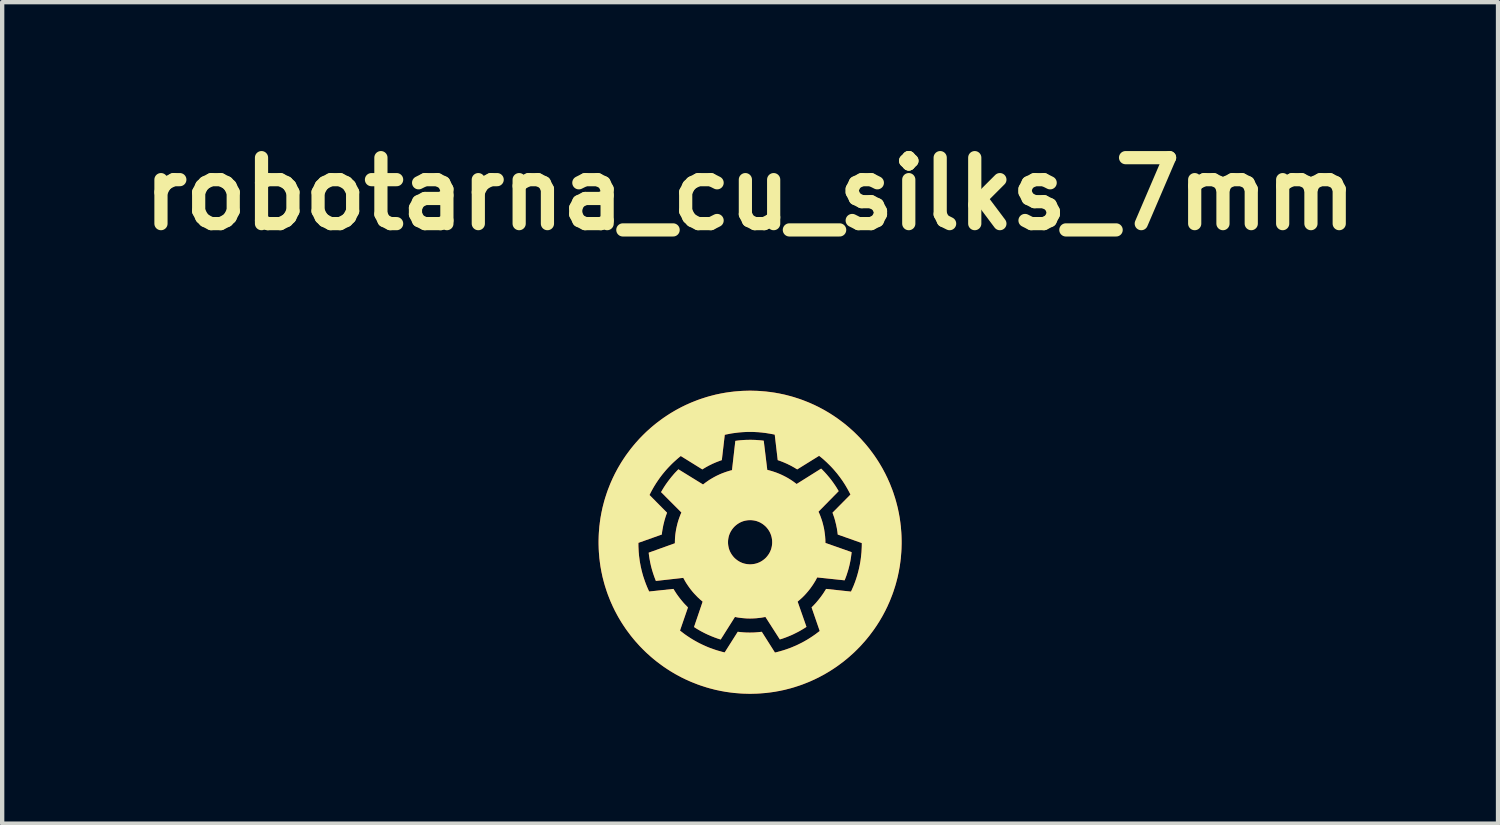
<source format=kicad_pcb>
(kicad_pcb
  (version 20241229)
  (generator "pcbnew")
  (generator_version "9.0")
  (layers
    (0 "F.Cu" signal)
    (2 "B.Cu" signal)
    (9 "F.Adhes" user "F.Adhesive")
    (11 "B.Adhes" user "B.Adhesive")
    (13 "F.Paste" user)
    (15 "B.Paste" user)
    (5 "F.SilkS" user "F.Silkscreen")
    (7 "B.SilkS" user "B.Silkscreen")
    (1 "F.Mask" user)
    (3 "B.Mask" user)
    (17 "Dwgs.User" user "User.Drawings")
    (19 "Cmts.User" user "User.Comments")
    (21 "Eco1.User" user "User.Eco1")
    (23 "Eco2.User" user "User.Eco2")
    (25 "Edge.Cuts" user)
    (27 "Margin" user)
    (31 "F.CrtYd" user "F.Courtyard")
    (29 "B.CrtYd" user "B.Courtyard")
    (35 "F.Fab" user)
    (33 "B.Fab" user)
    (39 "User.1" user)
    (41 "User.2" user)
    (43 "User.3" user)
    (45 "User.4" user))
  (footprint "robotarna_cu_silks_7mm"
    (layer "F.Cu")
    (at 14.275 9.474)
    (property "Reference" "robotarna_cu_silks_7mm" (at 0 -8.048 0) (layer "F.SilkS") (effects (font (size 1.524 1.524) (thickness 0.305))))
    (attr smd)
    (fp_poly (pts (xy -0.000006 0.511) (xy -2.314 0.429) (xy -2.307 0.466) (xy -2.299 0.503) (xy -2.291 0.54) (xy -2.282 0.576) (xy -2.272 0.613) (xy -2.262 0.649) (xy -2.251 0.684) (xy -2.24 0.72) (xy -2.228 0.755) (xy -2.216 0.79) (xy -2.203 0.825) (xy -2.19 0.859) (xy -2.176 0.894) (xy -1.543 0.823) (xy -1.525 0.856) (xy -1.507 0.889) (xy -1.488 0.922) (xy -1.468 0.954) (xy -1.447 0.985) (xy -1.426 1.016) (xy -1.404 1.047) (xy -1.382 1.077) (xy -1.359 1.106) (xy -1.335 1.136) (xy -1.311 1.164) (xy -1.286 1.192) (xy -1.26 1.219) (xy -1.234 1.246) (xy -1.208 1.273) (xy -1.18 1.298) (xy -1.153 1.324) (xy -1.124 1.348) (xy -1.096 1.372) (xy -1.295 1.958) (xy -1.264 1.979) (xy -1.232 1.999) (xy -1.2 2.018) (xy -1.167 2.037) (xy -1.134 2.056) (xy -1.101 2.073) (xy -1.067 2.091) (xy -1.033 2.108) (xy -0.999 2.124) (xy -0.965 2.14) (xy -0.93 2.155) (xy -0.895 2.17) (xy -0.859 2.184) (xy -0.824 2.198) (xy -0.788 2.211) (xy -0.752 2.224) (xy -0.715 2.236) (xy -0.679 2.247) (xy -0.35 1.726) (xy -0.313 1.733) (xy -0.275 1.74) (xy -0.236 1.745) (xy -0.198 1.75) (xy -0.159 1.754) (xy -0.12 1.757) (xy -0.081 1.76) (xy -0.041 1.761) (xy -0.001 1.762) (xy 0.035 1.761) (xy 0.071 1.76) (xy 0.108 1.758) (xy 0.143 1.756) (xy 0.179 1.752) (xy 0.215 1.748) (xy 0.25 1.744) (xy 0.285 1.738) (xy 0.32 1.732) (xy 0.354 1.726) (xy 0.687 2.245) (xy 0.723 2.234) (xy 0.76 2.222) (xy 0.796 2.209) (xy 0.832 2.196) (xy 0.867 2.182) (xy 0.902 2.168) (xy 0.937 2.153) (xy 0.972 2.138) (xy 1.006 2.122) (xy 1.04 2.105) (xy 1.074 2.088) (xy 1.108 2.071) (xy 1.141 2.053) (xy 1.174 2.034) (xy 1.206 2.015) (xy 1.238 1.996) (xy 1.27 1.976) (xy 1.302 1.955) (xy 1.098 1.372) (xy 1.127 1.347) (xy 1.156 1.322) (xy 1.184 1.297) (xy 1.212 1.271) (xy 1.239 1.244) (xy 1.265 1.217) (xy 1.291 1.189) (xy 1.316 1.16) (xy 1.341 1.131) (xy 1.364 1.102) (xy 1.388 1.072) (xy 1.41 1.041) (xy 1.432 1.01) (xy 1.454 0.978) (xy 1.474 0.946) (xy 1.494 0.914) (xy 1.514 0.881) (xy 1.532 0.847) (xy 1.55 0.813) (xy 2.183 0.88) (xy 2.197 0.845) (xy 2.21 0.811) (xy 2.223 0.776) (xy 2.235 0.741) (xy 2.246 0.706) (xy 2.257 0.671) (xy 2.268 0.635) (xy 2.278 0.599) (xy 2.287 0.563) (xy 2.296 0.527) (xy 2.304 0.49) (xy 2.312 0.453) (xy 2.319 0.416) (xy 2.325 0.379) (xy 2.331 0.342) (xy 2.336 0.304) (xy 2.341 0.266) (xy 2.345 0.229) (xy 1.74 0.016) (xy 1.739 -0.025) (xy 1.738 -0.065) (xy 1.735 -0.105) (xy 1.732 -0.145) (xy 1.727 -0.184) (xy 1.722 -0.224) (xy 1.716 -0.263) (xy 1.71 -0.302) (xy 1.702 -0.34) (xy 1.693 -0.378) (xy 1.684 -0.416) (xy 1.674 -0.453) (xy 1.663 -0.491) (xy 1.651 -0.527) (xy 1.638 -0.564) (xy 1.625 -0.6) (xy 1.611 -0.636) (xy 1.596 -0.671) (xy 1.58 -0.706) (xy 2.046 -1.18) (xy 2.027 -1.213) (xy 2.006 -1.247) (xy 1.986 -1.28) (xy 1.964 -1.313) (xy 1.942 -1.345) (xy 1.92 -1.377) (xy 1.897 -1.408) (xy 1.874 -1.44) (xy 1.85 -1.47) (xy 1.825 -1.501) (xy 1.8 -1.53) (xy 1.775 -1.56) (xy 1.749 -1.589) (xy 1.723 -1.618) (xy 1.696 -1.646) (xy 1.669 -1.674) (xy 1.641 -1.701) (xy 1.074 -1.345) (xy 1.045 -1.368) (xy 1.014 -1.39) (xy 0.984 -1.412) (xy 0.953 -1.433) (xy 0.921 -1.453) (xy 0.889 -1.473) (xy 0.856 -1.492) (xy 0.823 -1.51) (xy 0.79 -1.527) (xy 0.756 -1.544) (xy 0.722 -1.56) (xy 0.687 -1.576) (xy 0.652 -1.59) (xy 0.617 -1.604) (xy 0.581 -1.617) (xy 0.545 -1.629) (xy 0.508 -1.641) (xy 0.471 -1.652) (xy 0.434 -1.662) (xy 0.397 -1.671) (xy 0.315 -2.345) (xy 0.277 -2.35) (xy 0.238 -2.354) (xy 0.2 -2.357) (xy 0.161 -2.36) (xy 0.122 -2.363) (xy 0.083 -2.364) (xy 0.044 -2.365) (xy 0.004 -2.366) (xy -0.035 -2.365) (xy -0.074 -2.365) (xy -0.113 -2.363) (xy -0.151 -2.361) (xy -0.189 -2.358) (xy -0.228 -2.355) (xy -0.266 -2.351) (xy -0.304 -2.346) (xy -0.341 -2.341) (xy -0.418 -1.665) (xy -0.455 -1.656) (xy -0.492 -1.645) (xy -0.528 -1.634) (xy -0.564 -1.622) (xy -0.6 -1.609) (xy -0.635 -1.596) (xy -0.67 -1.582) (xy -0.705 -1.567) (xy -0.739 -1.551) (xy -0.773 -1.535) (xy -0.806 -1.518) (xy -0.839 -1.5) (xy -0.872 -1.481) (xy -0.904 -1.462) (xy -0.936 -1.443) (xy -0.967 -1.422) (xy -0.997 -1.401) (xy -1.028 -1.379) (xy -1.057 -1.357) (xy -1.087 -1.334) (xy -1.656 -1.685) (xy -1.683 -1.657) (xy -1.71 -1.629) (xy -1.737 -1.601) (xy -1.763 -1.572) (xy -1.788 -1.542) (xy -1.814 -1.512) (xy -1.838 -1.482) (xy -1.862 -1.451) (xy -1.886 -1.42) (xy -1.909 -1.389) (xy -1.932 -1.357) (xy -1.954 -1.325) (xy -1.976 -1.292) (xy -1.997 -1.259) (xy -2.017 -1.226) (xy -2.037 -1.192) (xy -2.057 -1.158) (xy -1.587 -0.687) (xy -1.602 -0.653) (xy -1.616 -0.618) (xy -1.629 -0.583) (xy -1.642 -0.548) (xy -1.654 -0.512) (xy -1.665 -0.476) (xy -1.676 -0.439) (xy -1.685 -0.402) (xy -1.694 -0.365) (xy -1.702 -0.328) (xy -1.71 -0.29) (xy -1.716 -0.252) (xy -1.722 -0.214) (xy -1.727 -0.176) (xy -1.731 -0.137) (xy -1.734 -0.098) (xy -1.736 -0.059) (xy -1.737 -0.019) (xy -1.738 0.02) (xy -1.738 0.024) (xy -2.342 0.241) (xy -2.338 0.279) (xy -2.333 0.317) (xy -2.327 0.355) (xy -2.321 0.392) (xy -2.314 0.429) (xy -0.000006 0.511) (xy -0.036 0.509) (xy -0.072 0.505) (xy -0.107 0.499) (xy -0.141 0.491) (xy -0.175 0.48) (xy -0.207 0.467) (xy -0.238 0.452) (xy -0.267 0.435) (xy -0.296 0.416) (xy -0.323 0.395) (xy -0.349 0.373) (xy -0.373 0.349) (xy -0.395 0.323) (xy -0.416 0.296) (xy -0.435 0.267) (xy -0.452 0.238) (xy -0.467 0.207) (xy -0.48 0.175) (xy -0.491 0.141) (xy -0.499 0.107) (xy -0.505 0.072) (xy -0.509 0.036) (xy -0.51 0.000012) (xy -0.509 -0.036) (xy -0.505 -0.072) (xy -0.499 -0.107) (xy -0.491 -0.141) (xy -0.48 -0.174) (xy -0.467 -0.207) (xy -0.452 -0.238) (xy -0.435 -0.267) (xy -0.416 -0.296) (xy -0.395 -0.323) (xy -0.373 -0.349) (xy -0.349 -0.373) (xy -0.323 -0.395) (xy -0.296 -0.416) (xy -0.267 -0.435) (xy -0.238 -0.452) (xy -0.207 -0.467) (xy -0.175 -0.48) (xy -0.141 -0.491) (xy -0.107 -0.499) (xy -0.072 -0.505) (xy -0.036 -0.509) (xy -0.000006 -0.51) (xy 0.036 -0.509) (xy 0.072 -0.505) (xy 0.107 -0.499) (xy 0.141 -0.491) (xy 0.174 -0.48) (xy 0.207 -0.467) (xy 0.238 -0.452) (xy 0.267 -0.435) (xy 0.296 -0.416) (xy 0.323 -0.395) (xy 0.349 -0.373) (xy 0.373 -0.349) (xy 0.395 -0.323) (xy 0.416 -0.296) (xy 0.435 -0.267) (xy 0.452 -0.238) (xy 0.467 -0.207) (xy 0.48 -0.174) (xy 0.491 -0.141) (xy 0.499 -0.107) (xy 0.505 -0.072) (xy 0.509 -0.036) (xy 0.51 0.000012) (xy 0.509 0.036) (xy 0.505 0.072) (xy 0.499 0.107) (xy 0.491 0.141) (xy 0.48 0.175) (xy 0.467 0.207) (xy 0.452 0.238) (xy 0.435 0.267) (xy 0.416 0.296) (xy 0.395 0.323) (xy 0.373 0.349) (xy 0.349 0.373) (xy 0.323 0.395) (xy 0.296 0.416) (xy 0.267 0.435) (xy 0.238 0.452) (xy 0.207 0.467) (xy 0.174 0.48) (xy 0.141 0.491) (xy 0.107 0.499) (xy 0.072 0.505) (xy 0.036 0.509) (xy -0.000006 0.511)) (stroke (width 0) (type solid)) (fill yes) (layer "F.Cu"))
    (fp_poly (pts (xy 2.33 1.14) (xy 0.517 3.462) (xy 0.553 3.457) (xy 0.589 3.451) (xy 0.625 3.444) (xy 0.661 3.438) (xy 0.696 3.431) (xy 0.732 3.423) (xy 0.767 3.416) (xy 0.803 3.408) (xy 0.838 3.399) (xy 0.873 3.39) (xy 0.907 3.381) (xy 0.942 3.372) (xy 0.976 3.362) (xy 1.011 3.352) (xy 1.045 3.341) (xy 1.079 3.33) (xy 1.113 3.319) (xy 1.147 3.308) (xy 1.18 3.296) (xy 1.214 3.284) (xy 1.247 3.271) (xy 1.28 3.258) (xy 1.313 3.245) (xy 1.346 3.232) (xy 1.379 3.218) (xy 1.411 3.204) (xy 1.443 3.189) (xy 1.476 3.175) (xy 1.507 3.16) (xy 1.539 3.144) (xy 1.571 3.129) (xy 1.602 3.113) (xy 1.633 3.096) (xy 1.664 3.08) (xy 1.695 3.063) (xy 1.726 3.046) (xy 1.756 3.028) (xy 1.787 3.01) (xy 1.817 2.992) (xy 1.847 2.974) (xy 1.876 2.955) (xy 1.906 2.936) (xy 1.935 2.917) (xy 1.964 2.897) (xy 1.993 2.878) (xy 2.022 2.857) (xy 2.05 2.837) (xy 2.078 2.816) (xy 2.106 2.795) (xy 2.134 2.774) (xy 2.162 2.753) (xy 2.189 2.731) (xy 2.216 2.709) (xy 2.243 2.687) (xy 2.27 2.664) (xy 2.296 2.642) (xy 2.322 2.618) (xy 2.348 2.595) (xy 2.374 2.572) (xy 2.4 2.548) (xy 2.425 2.524) (xy 2.45 2.499) (xy 2.475 2.475) (xy 2.499 2.45) (xy 2.524 2.425) (xy 2.548 2.4) (xy 2.572 2.374) (xy 2.595 2.348) (xy 2.618 2.322) (xy 2.642 2.296) (xy 2.664 2.27) (xy 2.687 2.243) (xy 2.709 2.216) (xy 2.731 2.189) (xy 2.753 2.162) (xy 2.774 2.134) (xy 2.795 2.106) (xy 2.816 2.078) (xy 2.837 2.05) (xy 2.857 2.022) (xy 2.878 1.993) (xy 2.897 1.964) (xy 2.917 1.935) (xy 2.936 1.906) (xy 2.955 1.876) (xy 2.974 1.847) (xy 2.992 1.817) (xy 3.01 1.787) (xy 3.028 1.756) (xy 3.046 1.726) (xy 3.063 1.695) (xy 3.08 1.664) (xy 3.096 1.633) (xy 3.113 1.602) (xy 3.129 1.571) (xy 3.144 1.539) (xy 3.16 1.507) (xy 3.175 1.476) (xy 3.189 1.443) (xy 3.204 1.411) (xy 3.218 1.379) (xy 3.232 1.346) (xy 3.245 1.313) (xy 3.258 1.28) (xy 3.271 1.247) (xy 3.284 1.214) (xy 3.296 1.18) (xy 3.308 1.147) (xy 3.319 1.113) (xy 3.33 1.079) (xy 3.341 1.045) (xy 3.352 1.011) (xy 3.362 0.976) (xy 3.372 0.942) (xy 3.381 0.907) (xy 3.39 0.873) (xy 3.399 0.838) (xy 3.408 0.803) (xy 3.416 0.767) (xy 3.423 0.732) (xy 3.431 0.696) (xy 3.438 0.661) (xy 3.444 0.625) (xy 3.451 0.589) (xy 3.457 0.553) (xy 3.462 0.517) (xy 3.467 0.481) (xy 3.472 0.445) (xy 3.476 0.408) (xy 3.481 0.372) (xy 3.484 0.335) (xy 3.487 0.298) (xy 3.49 0.261) (xy 3.493 0.224) (xy 3.495 0.187) (xy 3.497 0.15) (xy 3.498 0.113) (xy 3.499 0.075) (xy 3.5 0.038) (xy 3.5 0.00001) (xy 3.5 -0.038) (xy 3.499 -0.075) (xy 3.498 -0.113) (xy 3.497 -0.15) (xy 3.495 -0.187) (xy 3.493 -0.224) (xy 3.49 -0.261) (xy 3.487 -0.298) (xy 3.484 -0.335) (xy 3.481 -0.372) (xy 3.476 -0.408) (xy 3.472 -0.445) (xy 3.467 -0.481) (xy 3.462 -0.517) (xy 3.457 -0.553) (xy 3.451 -0.589) (xy 3.444 -0.625) (xy 3.438 -0.661) (xy 3.431 -0.696) (xy 3.423 -0.732) (xy 3.416 -0.767) (xy 3.408 -0.803) (xy 3.399 -0.838) (xy 3.39 -0.873) (xy 3.381 -0.907) (xy 3.372 -0.942) (xy 3.362 -0.976) (xy 3.352 -1.011) (xy 3.341 -1.045) (xy 3.33 -1.079) (xy 3.319 -1.113) (xy 3.308 -1.147) (xy 3.296 -1.18) (xy 3.284 -1.214) (xy 3.271 -1.247) (xy 3.258 -1.28) (xy 3.245 -1.313) (xy 3.232 -1.346) (xy 3.218 -1.379) (xy 3.204 -1.411) (xy 3.189 -1.443) (xy 3.175 -1.476) (xy 3.16 -1.507) (xy 3.144 -1.539) (xy 3.129 -1.571) (xy 3.113 -1.602) (xy 3.096 -1.633) (xy 3.08 -1.664) (xy 3.063 -1.695) (xy 3.046 -1.726) (xy 3.028 -1.756) (xy 3.01 -1.787) (xy 2.992 -1.817) (xy 2.974 -1.847) (xy 2.955 -1.876) (xy 2.936 -1.906) (xy 2.917 -1.935) (xy 2.897 -1.964) (xy 2.878 -1.993) (xy 2.857 -2.022) (xy 2.837 -2.05) (xy 2.816 -2.078) (xy 2.795 -2.106) (xy 2.774 -2.134) (xy 2.753 -2.162) (xy 2.731 -2.189) (xy 2.709 -2.216) (xy 2.687 -2.243) (xy 2.664 -2.27) (xy 2.642 -2.296) (xy 2.618 -2.322) (xy 2.595 -2.348) (xy 2.572 -2.374) (xy 2.548 -2.4) (xy 2.524 -2.425) (xy 2.499 -2.45) (xy 2.475 -2.475) (xy 2.45 -2.499) (xy 2.425 -2.524) (xy 2.4 -2.548) (xy 2.374 -2.572) (xy 2.348 -2.595) (xy 2.322 -2.618) (xy 2.296 -2.642) (xy 2.27 -2.664) (xy 2.243 -2.687) (xy 2.216 -2.709) (xy 2.189 -2.731) (xy 2.162 -2.753) (xy 2.134 -2.774) (xy 2.106 -2.795) (xy 2.078 -2.816) (xy 2.05 -2.837) (xy 2.022 -2.857) (xy 1.993 -2.878) (xy 1.964 -2.897) (xy 1.935 -2.917) (xy 1.906 -2.936) (xy 1.876 -2.955) (xy 1.847 -2.974) (xy 1.817 -2.992) (xy 1.787 -3.01) (xy 1.756 -3.028) (xy 1.726 -3.046) (xy 1.695 -3.063) (xy 1.664 -3.08) (xy 1.633 -3.096) (xy 1.602 -3.113) (xy 1.571 -3.129) (xy 1.539 -3.144) (xy 1.507 -3.16) (xy 1.476 -3.175) (xy 1.443 -3.189) (xy 1.411 -3.204) (xy 1.379 -3.218) (xy 1.346 -3.232) (xy 1.313 -3.245) (xy 1.28 -3.258) (xy 1.247 -3.271) (xy 1.214 -3.284) (xy 1.18 -3.296) (xy 1.147 -3.308) (xy 1.113 -3.319) (xy 1.079 -3.33) (xy 1.045 -3.341) (xy 1.011 -3.352) (xy 0.976 -3.362) (xy 0.942 -3.372) (xy 0.907 -3.381) (xy 0.873 -3.39) (xy 0.838 -3.399) (xy 0.803 -3.408) (xy 0.767 -3.416) (xy 0.732 -3.423) (xy 0.696 -3.431) (xy 0.661 -3.438) (xy 0.625 -3.444) (xy 0.589 -3.451) (xy 0.553 -3.457) (xy 0.517 -3.462) (xy 0.481 -3.467) (xy 0.445 -3.472) (xy 0.408 -3.476) (xy 0.372 -3.481) (xy 0.335 -3.484) (xy 0.298 -3.487) (xy 0.261 -3.49) (xy 0.224 -3.493) (xy 0.187 -3.495) (xy 0.15 -3.497) (xy 0.113 -3.498) (xy 0.075 -3.499) (xy 0.038 -3.5) (xy -0.00001 -3.5) (xy -0.038 -3.5) (xy -0.075 -3.499) (xy -0.113 -3.498) (xy -0.15 -3.497) (xy -0.187 -3.495) (xy -0.224 -3.493) (xy -0.261 -3.49) (xy -0.298 -3.487) (xy -0.335 -3.484) (xy -0.372 -3.481) (xy -0.408 -3.476) (xy -0.445 -3.472) (xy -0.481 -3.467) (xy -0.517 -3.462) (xy -0.553 -3.457) (xy -0.589 -3.451) (xy -0.625 -3.444) (xy -0.661 -3.438) (xy -0.696 -3.431) (xy -0.732 -3.423) (xy -0.767 -3.416) (xy -0.803 -3.408) (xy -0.838 -3.399) (xy -0.873 -3.39) (xy -0.907 -3.381) (xy -0.942 -3.372) (xy -0.976 -3.362) (xy -1.011 -3.352) (xy -1.045 -3.341) (xy -1.079 -3.33) (xy -1.113 -3.319) (xy -1.147 -3.308) (xy -1.18 -3.296) (xy -1.214 -3.284) (xy -1.247 -3.271) (xy -1.28 -3.258) (xy -1.313 -3.245) (xy -1.346 -3.232) (xy -1.379 -3.218) (xy -1.411 -3.204) (xy -1.443 -3.189) (xy -1.476 -3.175) (xy -1.507 -3.16) (xy -1.539 -3.144) (xy -1.571 -3.129) (xy -1.602 -3.113) (xy -1.633 -3.096) (xy -1.664 -3.08) (xy -1.695 -3.063) (xy -1.726 -3.046) (xy -1.756 -3.028) (xy -1.787 -3.01) (xy -1.817 -2.992) (xy -1.847 -2.974) (xy -1.876 -2.955) (xy -1.906 -2.936) (xy -1.935 -2.917) (xy -1.964 -2.897) (xy -1.993 -2.878) (xy -2.022 -2.857) (xy -2.05 -2.837) (xy -2.078 -2.816) (xy -2.106 -2.795) (xy -2.134 -2.774) (xy -2.162 -2.753) (xy -2.189 -2.731) (xy -2.216 -2.709) (xy -2.243 -2.687) (xy -2.27 -2.664) (xy -2.296 -2.642) (xy -2.322 -2.618) (xy -2.348 -2.595) (xy -2.374 -2.572) (xy -2.4 -2.548) (xy -2.425 -2.524) (xy -2.45 -2.499) (xy -2.475 -2.475) (xy -2.499 -2.45) (xy -2.524 -2.425) (xy -2.548 -2.4) (xy -2.572 -2.374) (xy -2.595 -2.348) (xy -2.618 -2.322) (xy -2.642 -2.296) (xy -2.664 -2.27) (xy -2.687 -2.243) (xy -2.709 -2.216) (xy -2.731 -2.189) (xy -2.753 -2.162) (xy -2.774 -2.134) (xy -2.795 -2.106) (xy -2.816 -2.078) (xy -2.837 -2.05) (xy -2.857 -2.022) (xy -2.878 -1.993) (xy -2.897 -1.964) (xy -2.917 -1.935) (xy -2.936 -1.906) (xy -2.955 -1.876) (xy -2.974 -1.847) (xy -2.992 -1.817) (xy -3.01 -1.787) (xy -3.028 -1.756) (xy -3.046 -1.726) (xy -3.063 -1.695) (xy -3.08 -1.664) (xy -3.096 -1.633) (xy -3.113 -1.602) (xy -3.129 -1.571) (xy -3.144 -1.539) (xy -3.16 -1.507) (xy -3.175 -1.476) (xy -3.189 -1.443) (xy -3.204 -1.411) (xy -3.218 -1.379) (xy -3.232 -1.346) (xy -3.245 -1.313) (xy -3.258 -1.28) (xy -3.271 -1.247) (xy -3.284 -1.214) (xy -3.296 -1.18) (xy -3.308 -1.147) (xy -3.319 -1.113) (xy -3.33 -1.079) (xy -3.341 -1.045) (xy -3.352 -1.011) (xy -3.362 -0.976) (xy -3.372 -0.942) (xy -3.381 -0.907) (xy -3.39 -0.873) (xy -3.399 -0.838) (xy -3.408 -0.803) (xy -3.416 -0.767) (xy -3.423 -0.732) (xy -3.431 -0.696) (xy -3.438 -0.661) (xy -3.444 -0.625) (xy -3.451 -0.589) (xy -3.457 -0.553) (xy -3.462 -0.517) (xy -3.467 -0.481) (xy -3.472 -0.445) (xy -3.476 -0.408) (xy -3.481 -0.372) (xy -3.484 -0.335) (xy -3.487 -0.298) (xy -3.49 -0.261) (xy -3.493 -0.224) (xy -3.495 -0.187) (xy -3.497 -0.15) (xy -3.498 -0.113) (xy -3.499 -0.075) (xy -3.5 -0.038) (xy -3.5 0.00001) (xy -3.5 0.038) (xy -3.499 0.075) (xy -3.498 0.113) (xy -3.497 0.15) (xy -3.495 0.187) (xy -3.493 0.224) (xy -3.49 0.261) (xy -3.487 0.298) (xy -3.484 0.335) (xy -3.481 0.372) (xy -3.476 0.408) (xy -3.472 0.445) (xy -3.467 0.481) (xy -3.462 0.517) (xy -3.457 0.553) (xy -3.451 0.589) (xy -3.444 0.625) (xy -3.438 0.661) (xy -3.431 0.696) (xy -3.423 0.732) (xy -3.416 0.767) (xy -3.408 0.803) (xy -3.399 0.838) (xy -3.39 0.873) (xy -3.381 0.907) (xy -3.372 0.942) (xy -3.362 0.976) (xy -3.352 1.011) (xy -3.341 1.045) (xy -3.33 1.079) (xy -3.319 1.113) (xy -3.308 1.147) (xy -3.296 1.18) (xy -3.284 1.214) (xy -3.271 1.247) (xy -3.258 1.28) (xy -3.245 1.313) (xy -3.232 1.346) (xy -3.218 1.379) (xy -3.204 1.411) (xy -3.189 1.443) (xy -3.175 1.476) (xy -3.16 1.507) (xy -3.144 1.539) (xy -3.129 1.571) (xy -3.113 1.602) (xy -3.096 1.633) (xy -3.08 1.664) (xy -3.063 1.695) (xy -3.046 1.726) (xy -3.028 1.756) (xy -3.01 1.787) (xy -2.992 1.817) (xy -2.974 1.847) (xy -2.955 1.876) (xy -2.936 1.906) (xy -2.917 1.935) (xy -2.897 1.964) (xy -2.878 1.993) (xy -2.857 2.022) (xy -2.837 2.05) (xy -2.816 2.078) (xy -2.795 2.106) (xy -2.774 2.134) (xy -2.753 2.162) (xy -2.731 2.189) (xy -2.709 2.216) (xy -2.687 2.243) (xy -2.664 2.27) (xy -2.642 2.296) (xy -2.618 2.322) (xy -2.595 2.348) (xy -2.572 2.374) (xy -2.548 2.4) (xy -2.524 2.425) (xy -2.499 2.45) (xy -2.475 2.475) (xy -2.45 2.499) (xy -2.425 2.524) (xy -2.4 2.548) (xy -2.374 2.572) (xy -2.348 2.595) (xy -2.322 2.618) (xy -2.296 2.642) (xy -2.27 2.664) (xy -2.243 2.687) (xy -2.216 2.709) (xy -2.189 2.731) (xy -2.162 2.753) (xy -2.134 2.774) (xy -2.106 2.795) (xy -2.078 2.816) (xy -2.05 2.837) (xy -2.022 2.857) (xy -1.993 2.878) (xy -1.964 2.897) (xy -1.935 2.917) (xy -1.906 2.936) (xy -1.876 2.955) (xy -1.847 2.974) (xy -1.817 2.992) (xy -1.787 3.01) (xy -1.756 3.028) (xy -1.726 3.046) (xy -1.695 3.063) (xy -1.664 3.08) (xy -1.633 3.096) (xy -1.602 3.113) (xy -1.571 3.129) (xy -1.539 3.144) (xy -1.507 3.16) (xy -1.476 3.175) (xy -1.443 3.189) (xy -1.411 3.204) (xy -1.379 3.218) (xy -1.346 3.232) (xy -1.313 3.245) (xy -1.28 3.258) (xy -1.247 3.271) (xy -1.214 3.284) (xy -1.18 3.296) (xy -1.147 3.308) (xy -1.113 3.319) (xy -1.079 3.33) (xy -1.045 3.341) (xy -1.011 3.352) (xy -0.976 3.362) (xy -0.942 3.372) (xy -0.907 3.381) (xy -0.873 3.39) (xy -0.838 3.399) (xy -0.803 3.408) (xy -0.767 3.416) (xy -0.732 3.423) (xy -0.696 3.431) (xy -0.661 3.438) (xy -0.625 3.444) (xy -0.589 3.451) (xy -0.553 3.457) (xy -0.517 3.462) (xy -0.481 3.467) (xy -0.445 3.472) (xy -0.408 3.476) (xy -0.372 3.481) (xy -0.335 3.484) (xy -0.298 3.487) (xy -0.261 3.49) (xy -0.224 3.493) (xy -0.187 3.495) (xy -0.15 3.497) (xy -0.113 3.498) (xy -0.075 3.499) (xy -0.038 3.5) (xy -0.00001 3.5) (xy 0.038 3.5) (xy 0.075 3.499) (xy 0.113 3.498) (xy 0.15 3.497) (xy 0.187 3.495) (xy 0.224 3.493) (xy 0.261 3.49) (xy 0.298 3.487) (xy 0.335 3.484) (xy 0.372 3.481) (xy 0.408 3.476) (xy 0.445 3.472) (xy 0.481 3.467) (xy 0.517 3.462) (xy 2.33 1.14) (xy 1.755 1.078) (xy 1.735 1.111) (xy 1.714 1.144) (xy 1.693 1.177) (xy 1.671 1.209) (xy 1.648 1.241) (xy 1.625 1.272) (xy 1.601 1.303) (xy 1.577 1.333) (xy 1.552 1.363) (xy 1.527 1.393) (xy 1.501 1.422) (xy 1.474 1.45) (xy 1.447 1.478) (xy 1.42 1.505) (xy 1.608 2.05) (xy 1.578 2.073) (xy 1.547 2.096) (xy 1.517 2.119) (xy 1.486 2.141) (xy 1.454 2.163) (xy 1.423 2.184) (xy 1.391 2.205) (xy 1.358 2.226) (xy 1.326 2.246) (xy 1.293 2.265) (xy 1.26 2.284) (xy 1.226 2.303) (xy 1.192 2.321) (xy 1.158 2.338) (xy 1.123 2.355) (xy 1.089 2.372) (xy 1.054 2.388) (xy 1.018 2.403) (xy 0.983 2.418) (xy 0.947 2.433) (xy 0.911 2.447) (xy 0.874 2.46) (xy 0.838 2.473) (xy 0.801 2.485) (xy 0.764 2.497) (xy 0.726 2.508) (xy 0.689 2.519) (xy 0.651 2.529) (xy 0.613 2.539) (xy 0.574 2.548) (xy 0.27 2.068) (xy 0.236 2.072) (xy 0.201 2.076) (xy 0.167 2.079) (xy 0.132 2.082) (xy 0.098 2.084) (xy 0.063 2.086) (xy 0.028 2.086) (xy -0.007 2.087) (xy -0.043 2.086) (xy -0.078 2.086) (xy -0.113 2.084) (xy -0.147 2.082) (xy -0.182 2.079) (xy -0.216 2.076) (xy -0.251 2.072) (xy -0.285 2.068) (xy -0.587 2.545) (xy -0.626 2.536) (xy -0.664 2.526) (xy -0.702 2.515) (xy -0.739 2.505) (xy -0.777 2.493) (xy -0.814 2.481) (xy -0.851 2.468) (xy -0.887 2.455) (xy -0.924 2.442) (xy -0.96 2.428) (xy -0.996 2.413) (xy -1.031 2.398) (xy -1.066 2.382) (xy -1.101 2.366) (xy -1.136 2.349) (xy -1.171 2.332) (xy -1.205 2.314) (xy -1.238 2.296) (xy -1.272 2.277) (xy -1.305 2.258) (xy -1.338 2.238) (xy -1.371 2.218) (xy -1.403 2.197) (xy -1.435 2.176) (xy -1.466 2.155) (xy -1.498 2.133) (xy -1.529 2.11) (xy -1.559 2.087) (xy -1.589 2.064) (xy -1.619 2.04) (xy -1.435 1.505) (xy -1.462 1.478) (xy -1.489 1.45) (xy -1.516 1.422) (xy -1.542 1.393) (xy -1.567 1.363) (xy -1.592 1.333) (xy -1.616 1.303) (xy -1.64 1.272) (xy -1.663 1.241) (xy -1.686 1.209) (xy -1.708 1.177) (xy -1.729 1.144) (xy -1.75 1.111) (xy -1.77 1.078) (xy -2.331 1.138) (xy -2.347 1.105) (xy -2.362 1.071) (xy -2.377 1.037) (xy -2.391 1.002) (xy -2.405 0.968) (xy -2.418 0.933) (xy -2.431 0.897) (xy -2.443 0.862) (xy -2.455 0.826) (xy -2.467 0.791) (xy -2.477 0.755) (xy -2.488 0.718) (xy -2.497 0.682) (xy -2.507 0.645) (xy -2.515 0.608) (xy -2.524 0.571) (xy -2.531 0.534) (xy -2.538 0.496) (xy -2.545 0.458) (xy -2.551 0.42) (xy -2.556 0.382) (xy -2.561 0.344) (xy -2.566 0.306) (xy -2.569 0.267) (xy -2.573 0.228) (xy -2.575 0.189) (xy -2.577 0.15) (xy -2.579 0.111) (xy -2.58 0.072) (xy -2.58 0.032) (xy -2.58 0.014) (xy -2.039 -0.178) (xy -2.035 -0.216) (xy -2.03 -0.253) (xy -2.024 -0.29) (xy -2.017 -0.327) (xy -2.01 -0.364) (xy -2.003 -0.4) (xy -1.994 -0.436) (xy -1.985 -0.472) (xy -1.976 -0.508) (xy -1.965 -0.543) (xy -1.955 -0.579) (xy -1.943 -0.613) (xy -1.931 -0.648) (xy -1.918 -0.682) (xy -2.323 -1.091) (xy -2.306 -1.126) (xy -2.288 -1.161) (xy -2.27 -1.195) (xy -2.251 -1.229) (xy -2.232 -1.263) (xy -2.212 -1.297) (xy -2.191 -1.33) (xy -2.171 -1.363) (xy -2.149 -1.395) (xy -2.128 -1.427) (xy -2.105 -1.459) (xy -2.083 -1.491) (xy -2.059 -1.522) (xy -2.036 -1.553) (xy -2.012 -1.583) (xy -1.987 -1.613) (xy -1.962 -1.643) (xy -1.937 -1.672) (xy -1.911 -1.701) (xy -1.885 -1.729) (xy -1.858 -1.757) (xy -1.831 -1.785) (xy -1.804 -1.812) (xy -1.776 -1.839) (xy -1.748 -1.865) (xy -1.719 -1.891) (xy -1.69 -1.917) (xy -1.661 -1.942) (xy -1.631 -1.967) (xy -1.601 -1.991) (xy -1.103 -1.682) (xy -1.071 -1.702) (xy -1.038 -1.722) (xy -1.005 -1.741) (xy -0.972 -1.759) (xy -0.938 -1.777) (xy -0.903 -1.794) (xy -0.869 -1.811) (xy -0.834 -1.826) (xy -0.798 -1.842) (xy -0.763 -1.856) (xy -0.726 -1.87) (xy -0.69 -1.884) (xy -0.653 -1.896) (xy -0.585 -2.481) (xy -0.547 -2.49) (xy -0.509 -2.497) (xy -0.471 -2.505) (xy -0.433 -2.512) (xy -0.394 -2.518) (xy -0.356 -2.523) (xy -0.317 -2.528) (xy -0.278 -2.533) (xy -0.239 -2.537) (xy -0.199 -2.54) (xy -0.16 -2.543) (xy -0.12 -2.545) (xy -0.08 -2.547) (xy -0.04 -2.547) (xy -0.00001 -2.548) (xy 0.039 -2.547) (xy 0.078 -2.547) (xy 0.117 -2.545) (xy 0.155 -2.543) (xy 0.194 -2.541) (xy 0.232 -2.537) (xy 0.27 -2.534) (xy 0.308 -2.529) (xy 0.346 -2.525) (xy 0.384 -2.519) (xy 0.421 -2.513) (xy 0.459 -2.507) (xy 0.496 -2.5) (xy 0.533 -2.493) (xy 0.569 -2.485) (xy 0.638 -1.896) (xy 0.675 -1.884) (xy 0.712 -1.87) (xy 0.748 -1.856) (xy 0.783 -1.842) (xy 0.819 -1.826) (xy 0.854 -1.811) (xy 0.888 -1.794) (xy 0.923 -1.777) (xy 0.957 -1.759) (xy 0.99 -1.741) (xy 1.023 -1.722) (xy 1.056 -1.702) (xy 1.088 -1.682) (xy 1.594 -1.996) (xy 1.624 -1.972) (xy 1.654 -1.948) (xy 1.684 -1.923) (xy 1.713 -1.897) (xy 1.741 -1.871) (xy 1.77 -1.845) (xy 1.797 -1.818) (xy 1.825 -1.791) (xy 1.852 -1.764) (xy 1.879 -1.736) (xy 1.905 -1.708) (xy 1.931 -1.679) (xy 1.956 -1.65) (xy 1.981 -1.62) (xy 2.006 -1.591) (xy 2.03 -1.56) (xy 2.053 -1.53) (xy 2.077 -1.499) (xy 2.099 -1.467) (xy 2.122 -1.436) (xy 2.144 -1.404) (xy 2.165 -1.371) (xy 2.186 -1.339) (xy 2.206 -1.306) (xy 2.226 -1.272) (xy 2.245 -1.239) (xy 2.264 -1.205) (xy 2.283 -1.17) (xy 2.301 -1.136) (xy 2.318 -1.101) (xy 1.903 -0.682) (xy 1.916 -0.648) (xy 1.928 -0.613) (xy 1.94 -0.579) (xy 1.951 -0.543) (xy 1.961 -0.508) (xy 1.97 -0.472) (xy 1.979 -0.436) (xy 1.988 -0.4) (xy 1.995 -0.364) (xy 2.003 -0.327) (xy 2.009 -0.29) (xy 2.015 -0.253) (xy 2.02 -0.216) (xy 2.024 -0.178) (xy 2.58 0.019) (xy 2.58 0.032) (xy 2.58 0.072) (xy 2.579 0.111) (xy 2.577 0.15) (xy 2.575 0.19) (xy 2.573 0.229) (xy 2.569 0.267) (xy 2.565 0.306) (xy 2.561 0.345) (xy 2.556 0.383) (xy 2.551 0.421) (xy 2.545 0.459) (xy 2.538 0.497) (xy 2.531 0.534) (xy 2.523 0.572) (xy 2.515 0.609) (xy 2.506 0.646) (xy 2.497 0.683) (xy 2.487 0.719) (xy 2.477 0.756) (xy 2.466 0.792) (xy 2.455 0.828) (xy 2.443 0.863) (xy 2.431 0.899) (xy 2.418 0.934) (xy 2.404 0.969) (xy 2.391 1.004) (xy 2.376 1.038) (xy 2.361 1.072) (xy 2.346 1.106) (xy 2.33 1.14)) (stroke (width 0) (type solid)) (fill yes) (layer "F.Cu"))
    (fp_poly (pts (xy -0.000006 0.511) (xy -2.314 0.429) (xy -2.307 0.466) (xy -2.299 0.503) (xy -2.291 0.54) (xy -2.282 0.576) (xy -2.272 0.613) (xy -2.262 0.649) (xy -2.251 0.684) (xy -2.24 0.72) (xy -2.228 0.755) (xy -2.216 0.79) (xy -2.203 0.825) (xy -2.19 0.859) (xy -2.176 0.894) (xy -1.543 0.823) (xy -1.525 0.856) (xy -1.507 0.889) (xy -1.488 0.922) (xy -1.468 0.954) (xy -1.447 0.985) (xy -1.426 1.016) (xy -1.404 1.047) (xy -1.382 1.077) (xy -1.359 1.106) (xy -1.335 1.136) (xy -1.311 1.164) (xy -1.286 1.192) (xy -1.26 1.219) (xy -1.234 1.246) (xy -1.208 1.273) (xy -1.18 1.298) (xy -1.153 1.324) (xy -1.124 1.348) (xy -1.096 1.372) (xy -1.295 1.958) (xy -1.264 1.979) (xy -1.232 1.999) (xy -1.2 2.018) (xy -1.167 2.037) (xy -1.134 2.056) (xy -1.101 2.073) (xy -1.067 2.091) (xy -1.033 2.108) (xy -0.999 2.124) (xy -0.965 2.14) (xy -0.93 2.155) (xy -0.895 2.17) (xy -0.859 2.184) (xy -0.824 2.198) (xy -0.788 2.211) (xy -0.752 2.224) (xy -0.715 2.236) (xy -0.679 2.247) (xy -0.35 1.726) (xy -0.313 1.733) (xy -0.275 1.74) (xy -0.236 1.745) (xy -0.198 1.75) (xy -0.159 1.754) (xy -0.12 1.757) (xy -0.081 1.76) (xy -0.041 1.761) (xy -0.001 1.762) (xy 0.035 1.761) (xy 0.071 1.76) (xy 0.108 1.758) (xy 0.143 1.756) (xy 0.179 1.752) (xy 0.215 1.748) (xy 0.25 1.744) (xy 0.285 1.738) (xy 0.32 1.732) (xy 0.354 1.726) (xy 0.687 2.245) (xy 0.723 2.234) (xy 0.76 2.222) (xy 0.796 2.209) (xy 0.832 2.196) (xy 0.867 2.182) (xy 0.902 2.168) (xy 0.937 2.153) (xy 0.972 2.138) (xy 1.006 2.122) (xy 1.04 2.105) (xy 1.074 2.088) (xy 1.108 2.071) (xy 1.141 2.053) (xy 1.174 2.034) (xy 1.206 2.015) (xy 1.238 1.996) (xy 1.27 1.976) (xy 1.302 1.955) (xy 1.098 1.372) (xy 1.127 1.347) (xy 1.156 1.322) (xy 1.184 1.297) (xy 1.212 1.271) (xy 1.239 1.244) (xy 1.265 1.217) (xy 1.291 1.189) (xy 1.316 1.16) (xy 1.341 1.131) (xy 1.364 1.102) (xy 1.388 1.072) (xy 1.41 1.041) (xy 1.432 1.01) (xy 1.454 0.978) (xy 1.474 0.946) (xy 1.494 0.914) (xy 1.514 0.881) (xy 1.532 0.847) (xy 1.55 0.813) (xy 2.183 0.88) (xy 2.197 0.845) (xy 2.21 0.811) (xy 2.223 0.776) (xy 2.235 0.741) (xy 2.246 0.706) (xy 2.257 0.671) (xy 2.268 0.635) (xy 2.278 0.599) (xy 2.287 0.563) (xy 2.296 0.527) (xy 2.304 0.49) (xy 2.312 0.453) (xy 2.319 0.416) (xy 2.325 0.379) (xy 2.331 0.342) (xy 2.336 0.304) (xy 2.341 0.266) (xy 2.345 0.229) (xy 1.74 0.016) (xy 1.739 -0.025) (xy 1.738 -0.065) (xy 1.735 -0.105) (xy 1.732 -0.145) (xy 1.727 -0.184) (xy 1.722 -0.224) (xy 1.716 -0.263) (xy 1.71 -0.302) (xy 1.702 -0.34) (xy 1.693 -0.378) (xy 1.684 -0.416) (xy 1.674 -0.453) (xy 1.663 -0.491) (xy 1.651 -0.527) (xy 1.638 -0.564) (xy 1.625 -0.6) (xy 1.611 -0.636) (xy 1.596 -0.671) (xy 1.58 -0.706) (xy 2.046 -1.18) (xy 2.027 -1.213) (xy 2.006 -1.247) (xy 1.986 -1.28) (xy 1.964 -1.313) (xy 1.942 -1.345) (xy 1.92 -1.377) (xy 1.897 -1.408) (xy 1.874 -1.44) (xy 1.85 -1.47) (xy 1.825 -1.501) (xy 1.8 -1.53) (xy 1.775 -1.56) (xy 1.749 -1.589) (xy 1.723 -1.618) (xy 1.696 -1.646) (xy 1.669 -1.674) (xy 1.641 -1.701) (xy 1.074 -1.345) (xy 1.045 -1.368) (xy 1.014 -1.39) (xy 0.984 -1.412) (xy 0.953 -1.433) (xy 0.921 -1.453) (xy 0.889 -1.473) (xy 0.856 -1.492) (xy 0.823 -1.51) (xy 0.79 -1.527) (xy 0.756 -1.544) (xy 0.722 -1.56) (xy 0.687 -1.576) (xy 0.652 -1.59) (xy 0.617 -1.604) (xy 0.581 -1.617) (xy 0.545 -1.629) (xy 0.508 -1.641) (xy 0.471 -1.652) (xy 0.434 -1.662) (xy 0.397 -1.671) (xy 0.315 -2.345) (xy 0.277 -2.35) (xy 0.238 -2.354) (xy 0.2 -2.357) (xy 0.161 -2.36) (xy 0.122 -2.363) (xy 0.083 -2.364) (xy 0.044 -2.365) (xy 0.004 -2.366) (xy -0.035 -2.365) (xy -0.074 -2.365) (xy -0.113 -2.363) (xy -0.151 -2.361) (xy -0.189 -2.358) (xy -0.228 -2.355) (xy -0.266 -2.351) (xy -0.304 -2.346) (xy -0.341 -2.341) (xy -0.418 -1.665) (xy -0.455 -1.656) (xy -0.492 -1.645) (xy -0.528 -1.634) (xy -0.564 -1.622) (xy -0.6 -1.609) (xy -0.635 -1.596) (xy -0.67 -1.582) (xy -0.705 -1.567) (xy -0.739 -1.551) (xy -0.773 -1.535) (xy -0.806 -1.518) (xy -0.839 -1.5) (xy -0.872 -1.481) (xy -0.904 -1.462) (xy -0.936 -1.443) (xy -0.967 -1.422) (xy -0.997 -1.401) (xy -1.028 -1.379) (xy -1.057 -1.357) (xy -1.087 -1.334) (xy -1.656 -1.685) (xy -1.683 -1.657) (xy -1.71 -1.629) (xy -1.737 -1.601) (xy -1.763 -1.572) (xy -1.788 -1.542) (xy -1.814 -1.512) (xy -1.838 -1.482) (xy -1.862 -1.451) (xy -1.886 -1.42) (xy -1.909 -1.389) (xy -1.932 -1.357) (xy -1.954 -1.325) (xy -1.976 -1.292) (xy -1.997 -1.259) (xy -2.017 -1.226) (xy -2.037 -1.192) (xy -2.057 -1.158) (xy -1.587 -0.687) (xy -1.602 -0.653) (xy -1.616 -0.618) (xy -1.629 -0.583) (xy -1.642 -0.548) (xy -1.654 -0.512) (xy -1.665 -0.476) (xy -1.676 -0.439) (xy -1.685 -0.402) (xy -1.694 -0.365) (xy -1.702 -0.328) (xy -1.71 -0.29) (xy -1.716 -0.252) (xy -1.722 -0.214) (xy -1.727 -0.176) (xy -1.731 -0.137) (xy -1.734 -0.098) (xy -1.736 -0.059) (xy -1.737 -0.019) (xy -1.738 0.02) (xy -1.738 0.024) (xy -2.342 0.241) (xy -2.338 0.279) (xy -2.333 0.317) (xy -2.327 0.355) (xy -2.321 0.392) (xy -2.314 0.429) (xy -0.000006 0.511) (xy -0.036 0.509) (xy -0.072 0.505) (xy -0.107 0.499) (xy -0.141 0.491) (xy -0.175 0.48) (xy -0.207 0.467) (xy -0.238 0.452) (xy -0.267 0.435) (xy -0.296 0.416) (xy -0.323 0.395) (xy -0.349 0.373) (xy -0.373 0.349) (xy -0.395 0.323) (xy -0.416 0.296) (xy -0.435 0.267) (xy -0.452 0.238) (xy -0.467 0.207) (xy -0.48 0.175) (xy -0.491 0.141) (xy -0.499 0.107) (xy -0.505 0.072) (xy -0.509 0.036) (xy -0.51 0.000012) (xy -0.509 -0.036) (xy -0.505 -0.072) (xy -0.499 -0.107) (xy -0.491 -0.141) (xy -0.48 -0.174) (xy -0.467 -0.207) (xy -0.452 -0.238) (xy -0.435 -0.267) (xy -0.416 -0.296) (xy -0.395 -0.323) (xy -0.373 -0.349) (xy -0.349 -0.373) (xy -0.323 -0.395) (xy -0.296 -0.416) (xy -0.267 -0.435) (xy -0.238 -0.452) (xy -0.207 -0.467) (xy -0.175 -0.48) (xy -0.141 -0.491) (xy -0.107 -0.499) (xy -0.072 -0.505) (xy -0.036 -0.509) (xy -0.000006 -0.51) (xy 0.036 -0.509) (xy 0.072 -0.505) (xy 0.107 -0.499) (xy 0.141 -0.491) (xy 0.174 -0.48) (xy 0.207 -0.467) (xy 0.238 -0.452) (xy 0.267 -0.435) (xy 0.296 -0.416) (xy 0.323 -0.395) (xy 0.349 -0.373) (xy 0.373 -0.349) (xy 0.395 -0.323) (xy 0.416 -0.296) (xy 0.435 -0.267) (xy 0.452 -0.238) (xy 0.467 -0.207) (xy 0.48 -0.174) (xy 0.491 -0.141) (xy 0.499 -0.107) (xy 0.505 -0.072) (xy 0.509 -0.036) (xy 0.51 0.000012) (xy 0.509 0.036) (xy 0.505 0.072) (xy 0.499 0.107) (xy 0.491 0.141) (xy 0.48 0.175) (xy 0.467 0.207) (xy 0.452 0.238) (xy 0.435 0.267) (xy 0.416 0.296) (xy 0.395 0.323) (xy 0.373 0.349) (xy 0.349 0.373) (xy 0.323 0.395) (xy 0.296 0.416) (xy 0.267 0.435) (xy 0.238 0.452) (xy 0.207 0.467) (xy 0.174 0.48) (xy 0.141 0.491) (xy 0.107 0.499) (xy 0.072 0.505) (xy 0.036 0.509) (xy -0.000006 0.511)) (stroke (width 0) (type solid)) (fill yes) (layer "F.SilkS"))
    (fp_poly (pts (xy 2.33 1.14) (xy 0.517 3.462) (xy 0.553 3.457) (xy 0.589 3.451) (xy 0.625 3.444) (xy 0.661 3.438) (xy 0.696 3.431) (xy 0.732 3.423) (xy 0.767 3.416) (xy 0.803 3.408) (xy 0.838 3.399) (xy 0.873 3.39) (xy 0.907 3.381) (xy 0.942 3.372) (xy 0.976 3.362) (xy 1.011 3.352) (xy 1.045 3.341) (xy 1.079 3.33) (xy 1.113 3.319) (xy 1.147 3.308) (xy 1.18 3.296) (xy 1.214 3.284) (xy 1.247 3.271) (xy 1.28 3.258) (xy 1.313 3.245) (xy 1.346 3.232) (xy 1.379 3.218) (xy 1.411 3.204) (xy 1.443 3.189) (xy 1.476 3.175) (xy 1.507 3.16) (xy 1.539 3.144) (xy 1.571 3.129) (xy 1.602 3.113) (xy 1.633 3.096) (xy 1.664 3.08) (xy 1.695 3.063) (xy 1.726 3.046) (xy 1.756 3.028) (xy 1.787 3.01) (xy 1.817 2.992) (xy 1.847 2.974) (xy 1.876 2.955) (xy 1.906 2.936) (xy 1.935 2.917) (xy 1.964 2.897) (xy 1.993 2.878) (xy 2.022 2.857) (xy 2.05 2.837) (xy 2.078 2.816) (xy 2.106 2.795) (xy 2.134 2.774) (xy 2.162 2.753) (xy 2.189 2.731) (xy 2.216 2.709) (xy 2.243 2.687) (xy 2.27 2.664) (xy 2.296 2.642) (xy 2.322 2.618) (xy 2.348 2.595) (xy 2.374 2.572) (xy 2.4 2.548) (xy 2.425 2.524) (xy 2.45 2.499) (xy 2.475 2.475) (xy 2.499 2.45) (xy 2.524 2.425) (xy 2.548 2.4) (xy 2.572 2.374) (xy 2.595 2.348) (xy 2.618 2.322) (xy 2.642 2.296) (xy 2.664 2.27) (xy 2.687 2.243) (xy 2.709 2.216) (xy 2.731 2.189) (xy 2.753 2.162) (xy 2.774 2.134) (xy 2.795 2.106) (xy 2.816 2.078) (xy 2.837 2.05) (xy 2.857 2.022) (xy 2.878 1.993) (xy 2.897 1.964) (xy 2.917 1.935) (xy 2.936 1.906) (xy 2.955 1.876) (xy 2.974 1.847) (xy 2.992 1.817) (xy 3.01 1.787) (xy 3.028 1.756) (xy 3.046 1.726) (xy 3.063 1.695) (xy 3.08 1.664) (xy 3.096 1.633) (xy 3.113 1.602) (xy 3.129 1.571) (xy 3.144 1.539) (xy 3.16 1.507) (xy 3.175 1.476) (xy 3.189 1.443) (xy 3.204 1.411) (xy 3.218 1.379) (xy 3.232 1.346) (xy 3.245 1.313) (xy 3.258 1.28) (xy 3.271 1.247) (xy 3.284 1.214) (xy 3.296 1.18) (xy 3.308 1.147) (xy 3.319 1.113) (xy 3.33 1.079) (xy 3.341 1.045) (xy 3.352 1.011) (xy 3.362 0.976) (xy 3.372 0.942) (xy 3.381 0.907) (xy 3.39 0.873) (xy 3.399 0.838) (xy 3.408 0.803) (xy 3.416 0.767) (xy 3.423 0.732) (xy 3.431 0.696) (xy 3.438 0.661) (xy 3.444 0.625) (xy 3.451 0.589) (xy 3.457 0.553) (xy 3.462 0.517) (xy 3.467 0.481) (xy 3.472 0.445) (xy 3.476 0.408) (xy 3.481 0.372) (xy 3.484 0.335) (xy 3.487 0.298) (xy 3.49 0.261) (xy 3.493 0.224) (xy 3.495 0.187) (xy 3.497 0.15) (xy 3.498 0.113) (xy 3.499 0.075) (xy 3.5 0.038) (xy 3.5 0.00001) (xy 3.5 -0.038) (xy 3.499 -0.075) (xy 3.498 -0.113) (xy 3.497 -0.15) (xy 3.495 -0.187) (xy 3.493 -0.224) (xy 3.49 -0.261) (xy 3.487 -0.298) (xy 3.484 -0.335) (xy 3.481 -0.372) (xy 3.476 -0.408) (xy 3.472 -0.445) (xy 3.467 -0.481) (xy 3.462 -0.517) (xy 3.457 -0.553) (xy 3.451 -0.589) (xy 3.444 -0.625) (xy 3.438 -0.661) (xy 3.431 -0.696) (xy 3.423 -0.732) (xy 3.416 -0.767) (xy 3.408 -0.803) (xy 3.399 -0.838) (xy 3.39 -0.873) (xy 3.381 -0.907) (xy 3.372 -0.942) (xy 3.362 -0.976) (xy 3.352 -1.011) (xy 3.341 -1.045) (xy 3.33 -1.079) (xy 3.319 -1.113) (xy 3.308 -1.147) (xy 3.296 -1.18) (xy 3.284 -1.214) (xy 3.271 -1.247) (xy 3.258 -1.28) (xy 3.245 -1.313) (xy 3.232 -1.346) (xy 3.218 -1.379) (xy 3.204 -1.411) (xy 3.189 -1.443) (xy 3.175 -1.476) (xy 3.16 -1.507) (xy 3.144 -1.539) (xy 3.129 -1.571) (xy 3.113 -1.602) (xy 3.096 -1.633) (xy 3.08 -1.664) (xy 3.063 -1.695) (xy 3.046 -1.726) (xy 3.028 -1.756) (xy 3.01 -1.787) (xy 2.992 -1.817) (xy 2.974 -1.847) (xy 2.955 -1.876) (xy 2.936 -1.906) (xy 2.917 -1.935) (xy 2.897 -1.964) (xy 2.878 -1.993) (xy 2.857 -2.022) (xy 2.837 -2.05) (xy 2.816 -2.078) (xy 2.795 -2.106) (xy 2.774 -2.134) (xy 2.753 -2.162) (xy 2.731 -2.189) (xy 2.709 -2.216) (xy 2.687 -2.243) (xy 2.664 -2.27) (xy 2.642 -2.296) (xy 2.618 -2.322) (xy 2.595 -2.348) (xy 2.572 -2.374) (xy 2.548 -2.4) (xy 2.524 -2.425) (xy 2.499 -2.45) (xy 2.475 -2.475) (xy 2.45 -2.499) (xy 2.425 -2.524) (xy 2.4 -2.548) (xy 2.374 -2.572) (xy 2.348 -2.595) (xy 2.322 -2.618) (xy 2.296 -2.642) (xy 2.27 -2.664) (xy 2.243 -2.687) (xy 2.216 -2.709) (xy 2.189 -2.731) (xy 2.162 -2.753) (xy 2.134 -2.774) (xy 2.106 -2.795) (xy 2.078 -2.816) (xy 2.05 -2.837) (xy 2.022 -2.857) (xy 1.993 -2.878) (xy 1.964 -2.897) (xy 1.935 -2.917) (xy 1.906 -2.936) (xy 1.876 -2.955) (xy 1.847 -2.974) (xy 1.817 -2.992) (xy 1.787 -3.01) (xy 1.756 -3.028) (xy 1.726 -3.046) (xy 1.695 -3.063) (xy 1.664 -3.08) (xy 1.633 -3.096) (xy 1.602 -3.113) (xy 1.571 -3.129) (xy 1.539 -3.144) (xy 1.507 -3.16) (xy 1.476 -3.175) (xy 1.443 -3.189) (xy 1.411 -3.204) (xy 1.379 -3.218) (xy 1.346 -3.232) (xy 1.313 -3.245) (xy 1.28 -3.258) (xy 1.247 -3.271) (xy 1.214 -3.284) (xy 1.18 -3.296) (xy 1.147 -3.308) (xy 1.113 -3.319) (xy 1.079 -3.33) (xy 1.045 -3.341) (xy 1.011 -3.352) (xy 0.976 -3.362) (xy 0.942 -3.372) (xy 0.907 -3.381) (xy 0.873 -3.39) (xy 0.838 -3.399) (xy 0.803 -3.408) (xy 0.767 -3.416) (xy 0.732 -3.423) (xy 0.696 -3.431) (xy 0.661 -3.438) (xy 0.625 -3.444) (xy 0.589 -3.451) (xy 0.553 -3.457) (xy 0.517 -3.462) (xy 0.481 -3.467) (xy 0.445 -3.472) (xy 0.408 -3.476) (xy 0.372 -3.481) (xy 0.335 -3.484) (xy 0.298 -3.487) (xy 0.261 -3.49) (xy 0.224 -3.493) (xy 0.187 -3.495) (xy 0.15 -3.497) (xy 0.113 -3.498) (xy 0.075 -3.499) (xy 0.038 -3.5) (xy -0.00001 -3.5) (xy -0.038 -3.5) (xy -0.075 -3.499) (xy -0.113 -3.498) (xy -0.15 -3.497) (xy -0.187 -3.495) (xy -0.224 -3.493) (xy -0.261 -3.49) (xy -0.298 -3.487) (xy -0.335 -3.484) (xy -0.372 -3.481) (xy -0.408 -3.476) (xy -0.445 -3.472) (xy -0.481 -3.467) (xy -0.517 -3.462) (xy -0.553 -3.457) (xy -0.589 -3.451) (xy -0.625 -3.444) (xy -0.661 -3.438) (xy -0.696 -3.431) (xy -0.732 -3.423) (xy -0.767 -3.416) (xy -0.803 -3.408) (xy -0.838 -3.399) (xy -0.873 -3.39) (xy -0.907 -3.381) (xy -0.942 -3.372) (xy -0.976 -3.362) (xy -1.011 -3.352) (xy -1.045 -3.341) (xy -1.079 -3.33) (xy -1.113 -3.319) (xy -1.147 -3.308) (xy -1.18 -3.296) (xy -1.214 -3.284) (xy -1.247 -3.271) (xy -1.28 -3.258) (xy -1.313 -3.245) (xy -1.346 -3.232) (xy -1.379 -3.218) (xy -1.411 -3.204) (xy -1.443 -3.189) (xy -1.476 -3.175) (xy -1.507 -3.16) (xy -1.539 -3.144) (xy -1.571 -3.129) (xy -1.602 -3.113) (xy -1.633 -3.096) (xy -1.664 -3.08) (xy -1.695 -3.063) (xy -1.726 -3.046) (xy -1.756 -3.028) (xy -1.787 -3.01) (xy -1.817 -2.992) (xy -1.847 -2.974) (xy -1.876 -2.955) (xy -1.906 -2.936) (xy -1.935 -2.917) (xy -1.964 -2.897) (xy -1.993 -2.878) (xy -2.022 -2.857) (xy -2.05 -2.837) (xy -2.078 -2.816) (xy -2.106 -2.795) (xy -2.134 -2.774) (xy -2.162 -2.753) (xy -2.189 -2.731) (xy -2.216 -2.709) (xy -2.243 -2.687) (xy -2.27 -2.664) (xy -2.296 -2.642) (xy -2.322 -2.618) (xy -2.348 -2.595) (xy -2.374 -2.572) (xy -2.4 -2.548) (xy -2.425 -2.524) (xy -2.45 -2.499) (xy -2.475 -2.475) (xy -2.499 -2.45) (xy -2.524 -2.425) (xy -2.548 -2.4) (xy -2.572 -2.374) (xy -2.595 -2.348) (xy -2.618 -2.322) (xy -2.642 -2.296) (xy -2.664 -2.27) (xy -2.687 -2.243) (xy -2.709 -2.216) (xy -2.731 -2.189) (xy -2.753 -2.162) (xy -2.774 -2.134) (xy -2.795 -2.106) (xy -2.816 -2.078) (xy -2.837 -2.05) (xy -2.857 -2.022) (xy -2.878 -1.993) (xy -2.897 -1.964) (xy -2.917 -1.935) (xy -2.936 -1.906) (xy -2.955 -1.876) (xy -2.974 -1.847) (xy -2.992 -1.817) (xy -3.01 -1.787) (xy -3.028 -1.756) (xy -3.046 -1.726) (xy -3.063 -1.695) (xy -3.08 -1.664) (xy -3.096 -1.633) (xy -3.113 -1.602) (xy -3.129 -1.571) (xy -3.144 -1.539) (xy -3.16 -1.507) (xy -3.175 -1.476) (xy -3.189 -1.443) (xy -3.204 -1.411) (xy -3.218 -1.379) (xy -3.232 -1.346) (xy -3.245 -1.313) (xy -3.258 -1.28) (xy -3.271 -1.247) (xy -3.284 -1.214) (xy -3.296 -1.18) (xy -3.308 -1.147) (xy -3.319 -1.113) (xy -3.33 -1.079) (xy -3.341 -1.045) (xy -3.352 -1.011) (xy -3.362 -0.976) (xy -3.372 -0.942) (xy -3.381 -0.907) (xy -3.39 -0.873) (xy -3.399 -0.838) (xy -3.408 -0.803) (xy -3.416 -0.767) (xy -3.423 -0.732) (xy -3.431 -0.696) (xy -3.438 -0.661) (xy -3.444 -0.625) (xy -3.451 -0.589) (xy -3.457 -0.553) (xy -3.462 -0.517) (xy -3.467 -0.481) (xy -3.472 -0.445) (xy -3.476 -0.408) (xy -3.481 -0.372) (xy -3.484 -0.335) (xy -3.487 -0.298) (xy -3.49 -0.261) (xy -3.493 -0.224) (xy -3.495 -0.187) (xy -3.497 -0.15) (xy -3.498 -0.113) (xy -3.499 -0.075) (xy -3.5 -0.038) (xy -3.5 0.00001) (xy -3.5 0.038) (xy -3.499 0.075) (xy -3.498 0.113) (xy -3.497 0.15) (xy -3.495 0.187) (xy -3.493 0.224) (xy -3.49 0.261) (xy -3.487 0.298) (xy -3.484 0.335) (xy -3.481 0.372) (xy -3.476 0.408) (xy -3.472 0.445) (xy -3.467 0.481) (xy -3.462 0.517) (xy -3.457 0.553) (xy -3.451 0.589) (xy -3.444 0.625) (xy -3.438 0.661) (xy -3.431 0.696) (xy -3.423 0.732) (xy -3.416 0.767) (xy -3.408 0.803) (xy -3.399 0.838) (xy -3.39 0.873) (xy -3.381 0.907) (xy -3.372 0.942) (xy -3.362 0.976) (xy -3.352 1.011) (xy -3.341 1.045) (xy -3.33 1.079) (xy -3.319 1.113) (xy -3.308 1.147) (xy -3.296 1.18) (xy -3.284 1.214) (xy -3.271 1.247) (xy -3.258 1.28) (xy -3.245 1.313) (xy -3.232 1.346) (xy -3.218 1.379) (xy -3.204 1.411) (xy -3.189 1.443) (xy -3.175 1.476) (xy -3.16 1.507) (xy -3.144 1.539) (xy -3.129 1.571) (xy -3.113 1.602) (xy -3.096 1.633) (xy -3.08 1.664) (xy -3.063 1.695) (xy -3.046 1.726) (xy -3.028 1.756) (xy -3.01 1.787) (xy -2.992 1.817) (xy -2.974 1.847) (xy -2.955 1.876) (xy -2.936 1.906) (xy -2.917 1.935) (xy -2.897 1.964) (xy -2.878 1.993) (xy -2.857 2.022) (xy -2.837 2.05) (xy -2.816 2.078) (xy -2.795 2.106) (xy -2.774 2.134) (xy -2.753 2.162) (xy -2.731 2.189) (xy -2.709 2.216) (xy -2.687 2.243) (xy -2.664 2.27) (xy -2.642 2.296) (xy -2.618 2.322) (xy -2.595 2.348) (xy -2.572 2.374) (xy -2.548 2.4) (xy -2.524 2.425) (xy -2.499 2.45) (xy -2.475 2.475) (xy -2.45 2.499) (xy -2.425 2.524) (xy -2.4 2.548) (xy -2.374 2.572) (xy -2.348 2.595) (xy -2.322 2.618) (xy -2.296 2.642) (xy -2.27 2.664) (xy -2.243 2.687) (xy -2.216 2.709) (xy -2.189 2.731) (xy -2.162 2.753) (xy -2.134 2.774) (xy -2.106 2.795) (xy -2.078 2.816) (xy -2.05 2.837) (xy -2.022 2.857) (xy -1.993 2.878) (xy -1.964 2.897) (xy -1.935 2.917) (xy -1.906 2.936) (xy -1.876 2.955) (xy -1.847 2.974) (xy -1.817 2.992) (xy -1.787 3.01) (xy -1.756 3.028) (xy -1.726 3.046) (xy -1.695 3.063) (xy -1.664 3.08) (xy -1.633 3.096) (xy -1.602 3.113) (xy -1.571 3.129) (xy -1.539 3.144) (xy -1.507 3.16) (xy -1.476 3.175) (xy -1.443 3.189) (xy -1.411 3.204) (xy -1.379 3.218) (xy -1.346 3.232) (xy -1.313 3.245) (xy -1.28 3.258) (xy -1.247 3.271) (xy -1.214 3.284) (xy -1.18 3.296) (xy -1.147 3.308) (xy -1.113 3.319) (xy -1.079 3.33) (xy -1.045 3.341) (xy -1.011 3.352) (xy -0.976 3.362) (xy -0.942 3.372) (xy -0.907 3.381) (xy -0.873 3.39) (xy -0.838 3.399) (xy -0.803 3.408) (xy -0.767 3.416) (xy -0.732 3.423) (xy -0.696 3.431) (xy -0.661 3.438) (xy -0.625 3.444) (xy -0.589 3.451) (xy -0.553 3.457) (xy -0.517 3.462) (xy -0.481 3.467) (xy -0.445 3.472) (xy -0.408 3.476) (xy -0.372 3.481) (xy -0.335 3.484) (xy -0.298 3.487) (xy -0.261 3.49) (xy -0.224 3.493) (xy -0.187 3.495) (xy -0.15 3.497) (xy -0.113 3.498) (xy -0.075 3.499) (xy -0.038 3.5) (xy -0.00001 3.5) (xy 0.038 3.5) (xy 0.075 3.499) (xy 0.113 3.498) (xy 0.15 3.497) (xy 0.187 3.495) (xy 0.224 3.493) (xy 0.261 3.49) (xy 0.298 3.487) (xy 0.335 3.484) (xy 0.372 3.481) (xy 0.408 3.476) (xy 0.445 3.472) (xy 0.481 3.467) (xy 0.517 3.462) (xy 2.33 1.14) (xy 1.755 1.078) (xy 1.735 1.111) (xy 1.714 1.144) (xy 1.693 1.177) (xy 1.671 1.209) (xy 1.648 1.241) (xy 1.625 1.272) (xy 1.601 1.303) (xy 1.577 1.333) (xy 1.552 1.363) (xy 1.527 1.393) (xy 1.501 1.422) (xy 1.474 1.45) (xy 1.447 1.478) (xy 1.42 1.505) (xy 1.608 2.05) (xy 1.578 2.073) (xy 1.547 2.096) (xy 1.517 2.119) (xy 1.486 2.141) (xy 1.454 2.163) (xy 1.423 2.184) (xy 1.391 2.205) (xy 1.358 2.226) (xy 1.326 2.246) (xy 1.293 2.265) (xy 1.26 2.284) (xy 1.226 2.303) (xy 1.192 2.321) (xy 1.158 2.338) (xy 1.123 2.355) (xy 1.089 2.372) (xy 1.054 2.388) (xy 1.018 2.403) (xy 0.983 2.418) (xy 0.947 2.433) (xy 0.911 2.447) (xy 0.874 2.46) (xy 0.838 2.473) (xy 0.801 2.485) (xy 0.764 2.497) (xy 0.726 2.508) (xy 0.689 2.519) (xy 0.651 2.529) (xy 0.613 2.539) (xy 0.574 2.548) (xy 0.27 2.068) (xy 0.236 2.072) (xy 0.201 2.076) (xy 0.167 2.079) (xy 0.132 2.082) (xy 0.098 2.084) (xy 0.063 2.086) (xy 0.028 2.086) (xy -0.007 2.087) (xy -0.043 2.086) (xy -0.078 2.086) (xy -0.113 2.084) (xy -0.147 2.082) (xy -0.182 2.079) (xy -0.216 2.076) (xy -0.251 2.072) (xy -0.285 2.068) (xy -0.587 2.545) (xy -0.626 2.536) (xy -0.664 2.526) (xy -0.702 2.515) (xy -0.739 2.505) (xy -0.777 2.493) (xy -0.814 2.481) (xy -0.851 2.468) (xy -0.887 2.455) (xy -0.924 2.442) (xy -0.96 2.428) (xy -0.996 2.413) (xy -1.031 2.398) (xy -1.066 2.382) (xy -1.101 2.366) (xy -1.136 2.349) (xy -1.171 2.332) (xy -1.205 2.314) (xy -1.238 2.296) (xy -1.272 2.277) (xy -1.305 2.258) (xy -1.338 2.238) (xy -1.371 2.218) (xy -1.403 2.197) (xy -1.435 2.176) (xy -1.466 2.155) (xy -1.498 2.133) (xy -1.529 2.11) (xy -1.559 2.087) (xy -1.589 2.064) (xy -1.619 2.04) (xy -1.435 1.505) (xy -1.462 1.478) (xy -1.489 1.45) (xy -1.516 1.422) (xy -1.542 1.393) (xy -1.567 1.363) (xy -1.592 1.333) (xy -1.616 1.303) (xy -1.64 1.272) (xy -1.663 1.241) (xy -1.686 1.209) (xy -1.708 1.177) (xy -1.729 1.144) (xy -1.75 1.111) (xy -1.77 1.078) (xy -2.331 1.138) (xy -2.347 1.105) (xy -2.362 1.071) (xy -2.377 1.037) (xy -2.391 1.002) (xy -2.405 0.968) (xy -2.418 0.933) (xy -2.431 0.897) (xy -2.443 0.862) (xy -2.455 0.826) (xy -2.467 0.791) (xy -2.477 0.755) (xy -2.488 0.718) (xy -2.497 0.682) (xy -2.507 0.645) (xy -2.515 0.608) (xy -2.524 0.571) (xy -2.531 0.534) (xy -2.538 0.496) (xy -2.545 0.458) (xy -2.551 0.42) (xy -2.556 0.382) (xy -2.561 0.344) (xy -2.566 0.306) (xy -2.569 0.267) (xy -2.573 0.228) (xy -2.575 0.189) (xy -2.577 0.15) (xy -2.579 0.111) (xy -2.58 0.072) (xy -2.58 0.032) (xy -2.58 0.014) (xy -2.039 -0.178) (xy -2.035 -0.216) (xy -2.03 -0.253) (xy -2.024 -0.29) (xy -2.017 -0.327) (xy -2.01 -0.364) (xy -2.003 -0.4) (xy -1.994 -0.436) (xy -1.985 -0.472) (xy -1.976 -0.508) (xy -1.965 -0.543) (xy -1.955 -0.579) (xy -1.943 -0.613) (xy -1.931 -0.648) (xy -1.918 -0.682) (xy -2.323 -1.091) (xy -2.306 -1.126) (xy -2.288 -1.161) (xy -2.27 -1.195) (xy -2.251 -1.229) (xy -2.232 -1.263) (xy -2.212 -1.297) (xy -2.191 -1.33) (xy -2.171 -1.363) (xy -2.149 -1.395) (xy -2.128 -1.427) (xy -2.105 -1.459) (xy -2.083 -1.491) (xy -2.059 -1.522) (xy -2.036 -1.553) (xy -2.012 -1.583) (xy -1.987 -1.613) (xy -1.962 -1.643) (xy -1.937 -1.672) (xy -1.911 -1.701) (xy -1.885 -1.729) (xy -1.858 -1.757) (xy -1.831 -1.785) (xy -1.804 -1.812) (xy -1.776 -1.839) (xy -1.748 -1.865) (xy -1.719 -1.891) (xy -1.69 -1.917) (xy -1.661 -1.942) (xy -1.631 -1.967) (xy -1.601 -1.991) (xy -1.103 -1.682) (xy -1.071 -1.702) (xy -1.038 -1.722) (xy -1.005 -1.741) (xy -0.972 -1.759) (xy -0.938 -1.777) (xy -0.903 -1.794) (xy -0.869 -1.811) (xy -0.834 -1.826) (xy -0.798 -1.842) (xy -0.763 -1.856) (xy -0.726 -1.87) (xy -0.69 -1.884) (xy -0.653 -1.896) (xy -0.585 -2.481) (xy -0.547 -2.49) (xy -0.509 -2.497) (xy -0.471 -2.505) (xy -0.433 -2.512) (xy -0.394 -2.518) (xy -0.356 -2.523) (xy -0.317 -2.528) (xy -0.278 -2.533) (xy -0.239 -2.537) (xy -0.199 -2.54) (xy -0.16 -2.543) (xy -0.12 -2.545) (xy -0.08 -2.547) (xy -0.04 -2.547) (xy -0.00001 -2.548) (xy 0.039 -2.547) (xy 0.078 -2.547) (xy 0.117 -2.545) (xy 0.155 -2.543) (xy 0.194 -2.541) (xy 0.232 -2.537) (xy 0.27 -2.534) (xy 0.308 -2.529) (xy 0.346 -2.525) (xy 0.384 -2.519) (xy 0.421 -2.513) (xy 0.459 -2.507) (xy 0.496 -2.5) (xy 0.533 -2.493) (xy 0.569 -2.485) (xy 0.638 -1.896) (xy 0.675 -1.884) (xy 0.712 -1.87) (xy 0.748 -1.856) (xy 0.783 -1.842) (xy 0.819 -1.826) (xy 0.854 -1.811) (xy 0.888 -1.794) (xy 0.923 -1.777) (xy 0.957 -1.759) (xy 0.99 -1.741) (xy 1.023 -1.722) (xy 1.056 -1.702) (xy 1.088 -1.682) (xy 1.594 -1.996) (xy 1.624 -1.972) (xy 1.654 -1.948) (xy 1.684 -1.923) (xy 1.713 -1.897) (xy 1.741 -1.871) (xy 1.77 -1.845) (xy 1.797 -1.818) (xy 1.825 -1.791) (xy 1.852 -1.764) (xy 1.879 -1.736) (xy 1.905 -1.708) (xy 1.931 -1.679) (xy 1.956 -1.65) (xy 1.981 -1.62) (xy 2.006 -1.591) (xy 2.03 -1.56) (xy 2.053 -1.53) (xy 2.077 -1.499) (xy 2.099 -1.467) (xy 2.122 -1.436) (xy 2.144 -1.404) (xy 2.165 -1.371) (xy 2.186 -1.339) (xy 2.206 -1.306) (xy 2.226 -1.272) (xy 2.245 -1.239) (xy 2.264 -1.205) (xy 2.283 -1.17) (xy 2.301 -1.136) (xy 2.318 -1.101) (xy 1.903 -0.682) (xy 1.916 -0.648) (xy 1.928 -0.613) (xy 1.94 -0.579) (xy 1.951 -0.543) (xy 1.961 -0.508) (xy 1.97 -0.472) (xy 1.979 -0.436) (xy 1.988 -0.4) (xy 1.995 -0.364) (xy 2.003 -0.327) (xy 2.009 -0.29) (xy 2.015 -0.253) (xy 2.02 -0.216) (xy 2.024 -0.178) (xy 2.58 0.019) (xy 2.58 0.032) (xy 2.58 0.072) (xy 2.579 0.111) (xy 2.577 0.15) (xy 2.575 0.19) (xy 2.573 0.229) (xy 2.569 0.267) (xy 2.565 0.306) (xy 2.561 0.345) (xy 2.556 0.383) (xy 2.551 0.421) (xy 2.545 0.459) (xy 2.538 0.497) (xy 2.531 0.534) (xy 2.523 0.572) (xy 2.515 0.609) (xy 2.506 0.646) (xy 2.497 0.683) (xy 2.487 0.719) (xy 2.477 0.756) (xy 2.466 0.792) (xy 2.455 0.828) (xy 2.443 0.863) (xy 2.431 0.899) (xy 2.418 0.934) (xy 2.404 0.969) (xy 2.391 1.004) (xy 2.376 1.038) (xy 2.361 1.072) (xy 2.346 1.106) (xy 2.33 1.14)) (stroke (width 0) (type solid)) (fill yes) (layer "F.SilkS")))
  (gr_rect
    (start -3 -3)
    (end 31.55 15.974)
    (stroke (width 0.1) (type default))
    (fill no)
    (layer "Edge.Cuts")))
</source>
